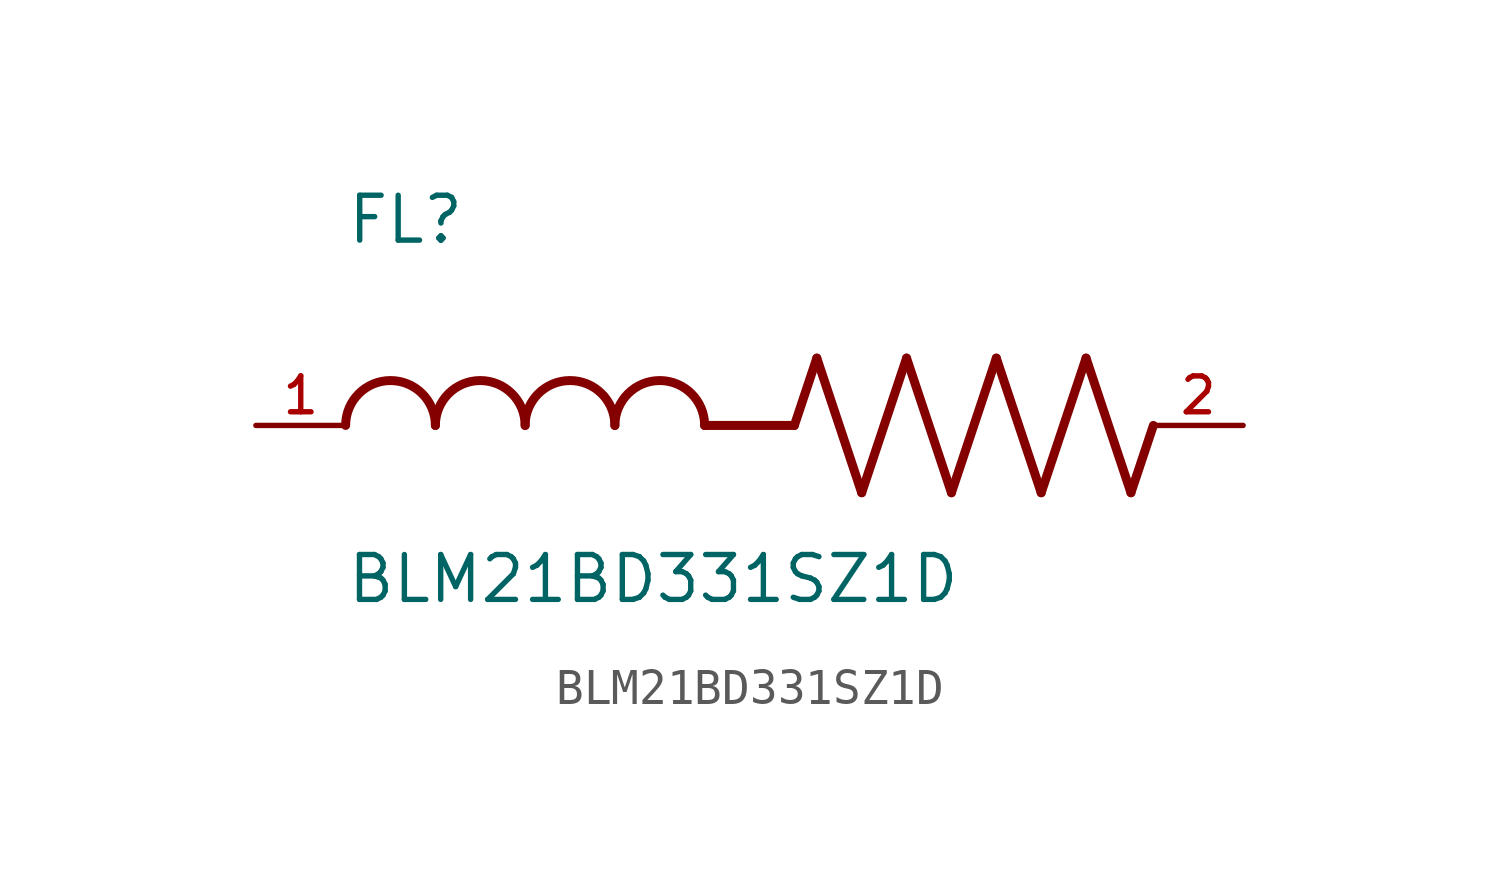
<source format=kicad_sym>
(kicad_symbol_lib
  (version 20211014)
  (generator kicad_symbol_editor)
  (symbol "BLM21BD331SZ1D"
    (pin_names
      (offset 1.016))
    (property "Reference" "FL"
      (at -12.704 5.081 0)
      (effects (font (size 1.27 1.27)) (justify bottom left)))
    (property "Value" "BLM21BD331SZ1D"
      (at -12.71 -5.087 0)
      (effects (font (size 1.27 1.27)) (justify bottom left)))
    (symbol "BLM21BD331SZ1D_0_0"
      (polyline (pts (xy 0.0 0.0) (xy 0.635 1.905)) (stroke (width 0.254)))
      (polyline (pts (xy 0.635 1.905) (xy 1.905 -1.905)) (stroke (width 0.254)))
      (polyline (pts (xy 1.905 -1.905) (xy 3.175 1.905)) (stroke (width 0.254)))
      (polyline (pts (xy 3.175 1.905) (xy 4.445 -1.905)) (stroke (width 0.254)))
      (polyline (pts (xy 4.445 -1.905) (xy 5.715 1.905)) (stroke (width 0.254)))
      (polyline (pts (xy 5.715 1.905) (xy 6.985 -1.905)) (stroke (width 0.254)))
      (polyline (pts (xy 6.985 -1.905) (xy 8.255 1.905)) (stroke (width 0.254)))
      (polyline (pts (xy 8.255 1.905) (xy 9.525 -1.905)) (stroke (width 0.254)))
      (polyline (pts (xy 9.525 -1.905) (xy 10.16 0.0)) (stroke (width 0.254)))
      (arc (start -10.16 0.0) (mid -11.43 1.27) (end -12.7 0.0) (stroke (width 0.254) (type default) (color 0 0 0 0)) (fill (type none)))
      (arc (start -7.62 0.0) (mid -8.89 1.27) (end -10.16 0.0) (stroke (width 0.254) (type default) (color 0 0 0 0)) (fill (type none)))
      (arc (start -5.08 0.0) (mid -6.35 1.27) (end -7.62 0.0) (stroke (width 0.254) (type default) (color 0 0 0 0)) (fill (type none)))
      (arc (start -2.54 0.0) (mid -3.81 1.27) (end -5.08 0.0) (stroke (width 0.254) (type default) (color 0 0 0 0)) (fill (type none)))
      (polyline (pts (xy 0.0 0.0) (xy -2.54 0.0)) (stroke (width 0.254)))
      (pin passive line (at 12.7 0.0 180.0) (length 2.54) (name "~" (effects (font (size 1.016 1.016)))) (number "2" (effects (font (size 1.016 1.016)))))
      (pin passive line (at -15.24 0.0 0) (length 2.54) (name "~" (effects (font (size 1.016 1.016)))) (number "1" (effects (font (size 1.016 1.016))))))))
</source>
